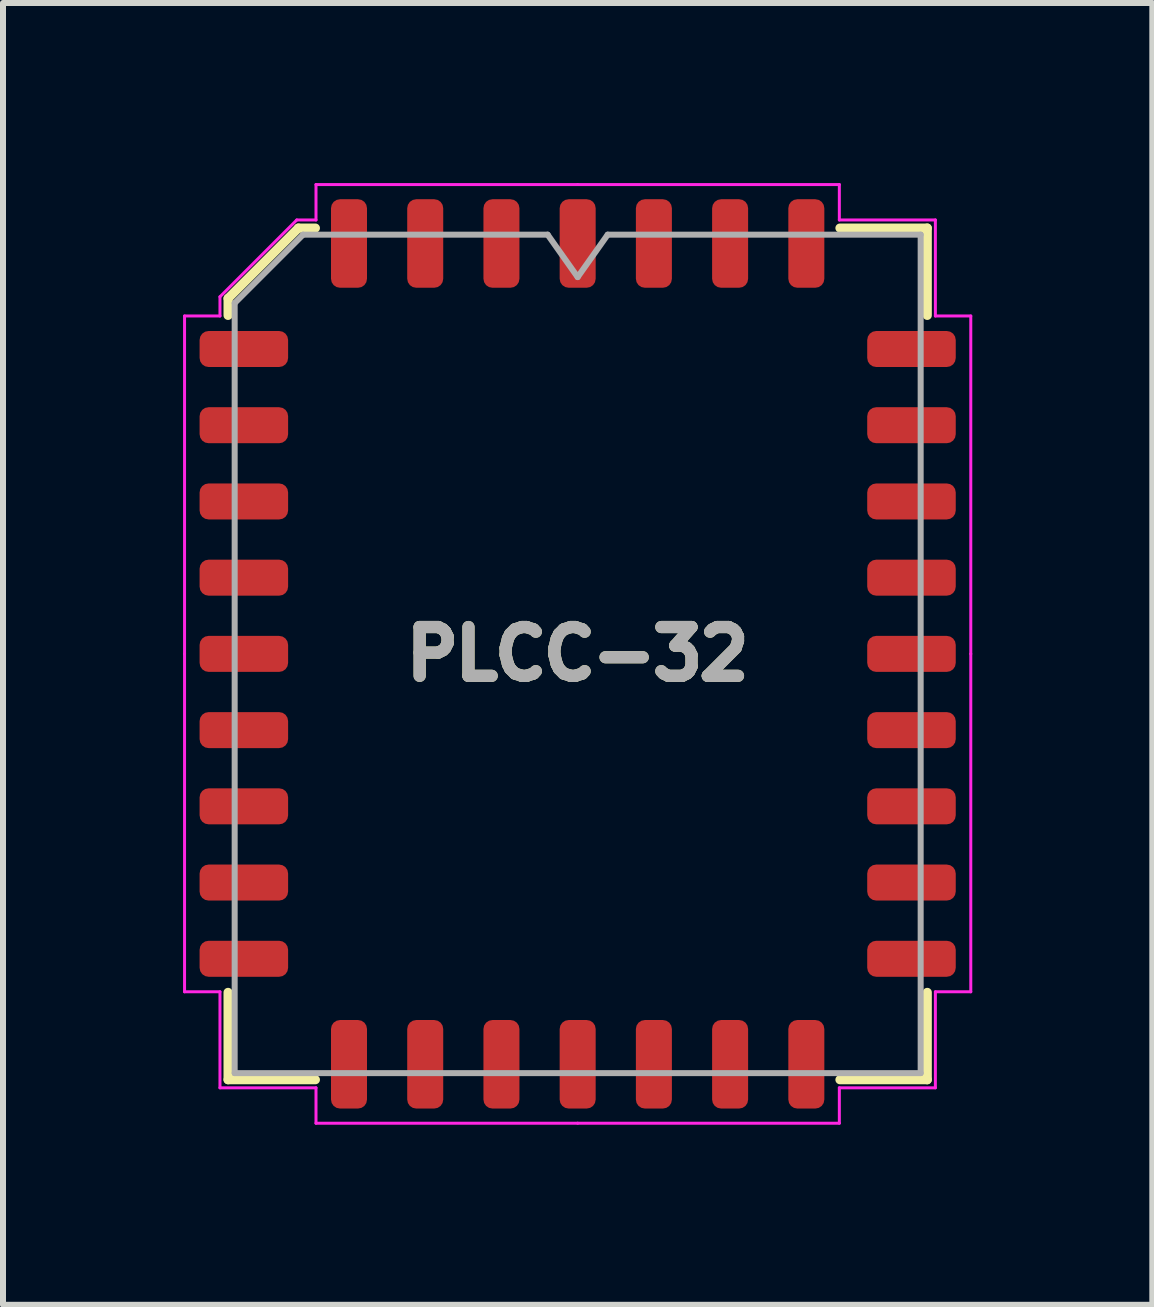
<source format=kicad_pcb>
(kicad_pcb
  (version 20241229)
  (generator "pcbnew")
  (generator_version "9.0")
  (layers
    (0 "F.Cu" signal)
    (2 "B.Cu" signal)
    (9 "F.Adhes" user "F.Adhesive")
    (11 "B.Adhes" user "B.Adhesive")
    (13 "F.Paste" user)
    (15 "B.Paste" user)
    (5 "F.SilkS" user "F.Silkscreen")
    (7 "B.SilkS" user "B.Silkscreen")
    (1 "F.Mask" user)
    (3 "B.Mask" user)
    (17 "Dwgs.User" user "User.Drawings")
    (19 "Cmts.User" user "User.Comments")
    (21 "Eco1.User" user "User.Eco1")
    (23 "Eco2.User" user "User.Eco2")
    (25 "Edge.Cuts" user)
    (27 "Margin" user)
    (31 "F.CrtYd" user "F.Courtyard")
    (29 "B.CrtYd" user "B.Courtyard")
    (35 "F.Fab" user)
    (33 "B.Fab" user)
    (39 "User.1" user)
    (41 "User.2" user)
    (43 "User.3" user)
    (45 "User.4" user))
  (footprint "PLCC-32"
    (layer "F.Cu")
    (at 6.575 7.845)
    (property "Reference" "PLCC-32" (at 0 0 0) (layer "F.Fab") (effects (font (size 0.813 0.813) (thickness 0.203))))
    (attr smd)
    (fp_line (start -5.825 -5.923) (end -5.825 -5.64) (stroke (width 0.152) (type solid)) (layer "F.SilkS"))
    (fp_line (start -5.825 7.095) (end -5.825 5.64) (stroke (width 0.152) (type solid)) (layer "F.SilkS"))
    (fp_line (start -4.653 -7.095) (end -5.825 -5.923) (stroke (width 0.152) (type solid)) (layer "F.SilkS"))
    (fp_line (start -4.37 -7.095) (end -4.653 -7.095) (stroke (width 0.152) (type solid)) (layer "F.SilkS"))
    (fp_line (start -4.37 7.095) (end -5.825 7.095) (stroke (width 0.152) (type solid)) (layer "F.SilkS"))
    (fp_line (start 4.37 -7.095) (end 5.825 -7.095) (stroke (width 0.152) (type solid)) (layer "F.SilkS"))
    (fp_line (start 4.37 7.095) (end 5.825 7.095) (stroke (width 0.152) (type solid)) (layer "F.SilkS"))
    (fp_line (start 5.825 -7.095) (end 5.825 -5.64) (stroke (width 0.152) (type solid)) (layer "F.SilkS"))
    (fp_line (start 5.825 7.095) (end 5.825 5.64) (stroke (width 0.152) (type solid)) (layer "F.SilkS"))
    (fp_line (start -6.55 -5.63) (end -6.55 0) (stroke (width 0.05) (type solid)) (layer "F.CrtYd"))
    (fp_line (start -6.55 5.63) (end -6.55 0) (stroke (width 0.05) (type solid)) (layer "F.CrtYd"))
    (fp_line (start -5.96 -5.95) (end -5.96 -5.63) (stroke (width 0.05) (type solid)) (layer "F.CrtYd"))
    (fp_line (start -5.96 -5.63) (end -6.55 -5.63) (stroke (width 0.05) (type solid)) (layer "F.CrtYd"))
    (fp_line (start -5.96 5.63) (end -6.55 5.63) (stroke (width 0.05) (type solid)) (layer "F.CrtYd"))
    (fp_line (start -5.96 7.23) (end -5.96 5.63) (stroke (width 0.05) (type solid)) (layer "F.CrtYd"))
    (fp_line (start -4.68 -7.23) (end -5.96 -5.95) (stroke (width 0.05) (type solid)) (layer "F.CrtYd"))
    (fp_line (start -4.36 -7.82) (end -4.36 -7.23) (stroke (width 0.05) (type solid)) (layer "F.CrtYd"))
    (fp_line (start -4.36 -7.23) (end -4.68 -7.23) (stroke (width 0.05) (type solid)) (layer "F.CrtYd"))
    (fp_line (start -4.36 7.23) (end -5.96 7.23) (stroke (width 0.05) (type solid)) (layer "F.CrtYd"))
    (fp_line (start -4.36 7.82) (end -4.36 7.23) (stroke (width 0.05) (type solid)) (layer "F.CrtYd"))
    (fp_line (start 0 -7.82) (end -4.36 -7.82) (stroke (width 0.05) (type solid)) (layer "F.CrtYd"))
    (fp_line (start 0 -7.82) (end 4.36 -7.82) (stroke (width 0.05) (type solid)) (layer "F.CrtYd"))
    (fp_line (start 0 7.82) (end -4.36 7.82) (stroke (width 0.05) (type solid)) (layer "F.CrtYd"))
    (fp_line (start 0 7.82) (end 4.36 7.82) (stroke (width 0.05) (type solid)) (layer "F.CrtYd"))
    (fp_line (start 4.36 -7.82) (end 4.36 -7.23) (stroke (width 0.05) (type solid)) (layer "F.CrtYd"))
    (fp_line (start 4.36 -7.23) (end 5.96 -7.23) (stroke (width 0.05) (type solid)) (layer "F.CrtYd"))
    (fp_line (start 4.36 7.23) (end 5.96 7.23) (stroke (width 0.05) (type solid)) (layer "F.CrtYd"))
    (fp_line (start 4.36 7.82) (end 4.36 7.23) (stroke (width 0.05) (type solid)) (layer "F.CrtYd"))
    (fp_line (start 5.96 -7.23) (end 5.96 -5.63) (stroke (width 0.05) (type solid)) (layer "F.CrtYd"))
    (fp_line (start 5.96 -5.63) (end 6.55 -5.63) (stroke (width 0.05) (type solid)) (layer "F.CrtYd"))
    (fp_line (start 5.96 5.63) (end 6.55 5.63) (stroke (width 0.05) (type solid)) (layer "F.CrtYd"))
    (fp_line (start 5.96 7.23) (end 5.96 5.63) (stroke (width 0.05) (type solid)) (layer "F.CrtYd"))
    (fp_line (start 6.55 -5.63) (end 6.55 0) (stroke (width 0.05) (type solid)) (layer "F.CrtYd"))
    (fp_line (start 6.55 5.63) (end 6.55 0) (stroke (width 0.05) (type solid)) (layer "F.CrtYd"))
    (fp_line (start -5.715 -5.845) (end -4.575 -6.985) (stroke (width 0.1) (type solid)) (layer "F.Fab"))
    (fp_line (start -5.715 6.985) (end -5.715 -5.845) (stroke (width 0.1) (type solid)) (layer "F.Fab"))
    (fp_line (start -4.575 -6.985) (end -0.5 -6.985) (stroke (width 0.1) (type solid)) (layer "F.Fab"))
    (fp_line (start -0.5 -6.985) (end 0 -6.278) (stroke (width 0.1) (type solid)) (layer "F.Fab"))
    (fp_line (start 0 -6.278) (end 0.5 -6.985) (stroke (width 0.1) (type solid)) (layer "F.Fab"))
    (fp_line (start 0.5 -6.985) (end 5.715 -6.985) (stroke (width 0.1) (type solid)) (layer "F.Fab"))
    (fp_line (start 5.715 -6.985) (end 5.715 6.985) (stroke (width 0.1) (type solid)) (layer "F.Fab"))
    (fp_line (start 5.715 6.985) (end -5.715 6.985) (stroke (width 0.1) (type solid)) (layer "F.Fab"))
    (fp_text user "${REFERENCE}" (at 0 0 0) (layer "F.SilkS") (effects (font (size 0.813 0.813) (thickness 0.203))))
    (pad "1" smd roundrect (at 0 -6.838) (size 0.6 1.475) (layers "F.Cu" "F.Mask" "F.Paste") (roundrect_rratio 0.25))
    (pad "2" smd roundrect (at -1.27 -6.838) (size 0.6 1.475) (layers "F.Cu" "F.Mask" "F.Paste") (roundrect_rratio 0.25))
    (pad "3" smd roundrect (at -2.54 -6.838) (size 0.6 1.475) (layers "F.Cu" "F.Mask" "F.Paste") (roundrect_rratio 0.25))
    (pad "4" smd roundrect (at -3.81 -6.838) (size 0.6 1.475) (layers "F.Cu" "F.Mask" "F.Paste") (roundrect_rratio 0.25))
    (pad "5" smd roundrect (at -5.562 -5.08) (size 1.475 0.6) (layers "F.Cu" "F.Mask" "F.Paste") (roundrect_rratio 0.25))
    (pad "6" smd roundrect (at -5.562 -3.81) (size 1.475 0.6) (layers "F.Cu" "F.Mask" "F.Paste") (roundrect_rratio 0.25))
    (pad "7" smd roundrect (at -5.562 -2.54) (size 1.475 0.6) (layers "F.Cu" "F.Mask" "F.Paste") (roundrect_rratio 0.25))
    (pad "8" smd roundrect (at -5.562 -1.27) (size 1.475 0.6) (layers "F.Cu" "F.Mask" "F.Paste") (roundrect_rratio 0.25))
    (pad "9" smd roundrect (at -5.562 0) (size 1.475 0.6) (layers "F.Cu" "F.Mask" "F.Paste") (roundrect_rratio 0.25))
    (pad "10" smd roundrect (at -5.562 1.27) (size 1.475 0.6) (layers "F.Cu" "F.Mask" "F.Paste") (roundrect_rratio 0.25))
    (pad "11" smd roundrect (at -5.562 2.54) (size 1.475 0.6) (layers "F.Cu" "F.Mask" "F.Paste") (roundrect_rratio 0.25))
    (pad "12" smd roundrect (at -5.562 3.81) (size 1.475 0.6) (layers "F.Cu" "F.Mask" "F.Paste") (roundrect_rratio 0.25))
    (pad "13" smd roundrect (at -5.562 5.08) (size 1.475 0.6) (layers "F.Cu" "F.Mask" "F.Paste") (roundrect_rratio 0.25))
    (pad "14" smd roundrect (at -3.81 6.838) (size 0.6 1.475) (layers "F.Cu" "F.Mask" "F.Paste") (roundrect_rratio 0.25))
    (pad "15" smd roundrect (at -2.54 6.838) (size 0.6 1.475) (layers "F.Cu" "F.Mask" "F.Paste") (roundrect_rratio 0.25))
    (pad "16" smd roundrect (at -1.27 6.838) (size 0.6 1.475) (layers "F.Cu" "F.Mask" "F.Paste") (roundrect_rratio 0.25))
    (pad "17" smd roundrect (at 0 6.838) (size 0.6 1.475) (layers "F.Cu" "F.Mask" "F.Paste") (roundrect_rratio 0.25))
    (pad "18" smd roundrect (at 1.27 6.838) (size 0.6 1.475) (layers "F.Cu" "F.Mask" "F.Paste") (roundrect_rratio 0.25))
    (pad "19" smd roundrect (at 2.54 6.838) (size 0.6 1.475) (layers "F.Cu" "F.Mask" "F.Paste") (roundrect_rratio 0.25))
    (pad "20" smd roundrect (at 3.81 6.838) (size 0.6 1.475) (layers "F.Cu" "F.Mask" "F.Paste") (roundrect_rratio 0.25))
    (pad "21" smd roundrect (at 5.562 5.08) (size 1.475 0.6) (layers "F.Cu" "F.Mask" "F.Paste") (roundrect_rratio 0.25))
    (pad "22" smd roundrect (at 5.562 3.81) (size 1.475 0.6) (layers "F.Cu" "F.Mask" "F.Paste") (roundrect_rratio 0.25))
    (pad "23" smd roundrect (at 5.562 2.54) (size 1.475 0.6) (layers "F.Cu" "F.Mask" "F.Paste") (roundrect_rratio 0.25))
    (pad "24" smd roundrect (at 5.562 1.27) (size 1.475 0.6) (layers "F.Cu" "F.Mask" "F.Paste") (roundrect_rratio 0.25))
    (pad "25" smd roundrect (at 5.562 0) (size 1.475 0.6) (layers "F.Cu" "F.Mask" "F.Paste") (roundrect_rratio 0.25))
    (pad "26" smd roundrect (at 5.562 -1.27) (size 1.475 0.6) (layers "F.Cu" "F.Mask" "F.Paste") (roundrect_rratio 0.25))
    (pad "27" smd roundrect (at 5.562 -2.54) (size 1.475 0.6) (layers "F.Cu" "F.Mask" "F.Paste") (roundrect_rratio 0.25))
    (pad "28" smd roundrect (at 5.562 -3.81) (size 1.475 0.6) (layers "F.Cu" "F.Mask" "F.Paste") (roundrect_rratio 0.25))
    (pad "29" smd roundrect (at 5.562 -5.08) (size 1.475 0.6) (layers "F.Cu" "F.Mask" "F.Paste") (roundrect_rratio 0.25))
    (pad "30" smd roundrect (at 3.81 -6.838) (size 0.6 1.475) (layers "F.Cu" "F.Mask" "F.Paste") (roundrect_rratio 0.25))
    (pad "31" smd roundrect (at 2.54 -6.838) (size 0.6 1.475) (layers "F.Cu" "F.Mask" "F.Paste") (roundrect_rratio 0.25))
    (pad "32" smd roundrect (at 1.27 -6.838) (size 0.6 1.475) (layers "F.Cu" "F.Mask" "F.Paste") (roundrect_rratio 0.25)))
  (gr_rect
    (start -3 -3)
    (end 16.15 18.69)
    (stroke (width 0.1) (type default))
    (fill no)
    (layer "Edge.Cuts")))
</source>
